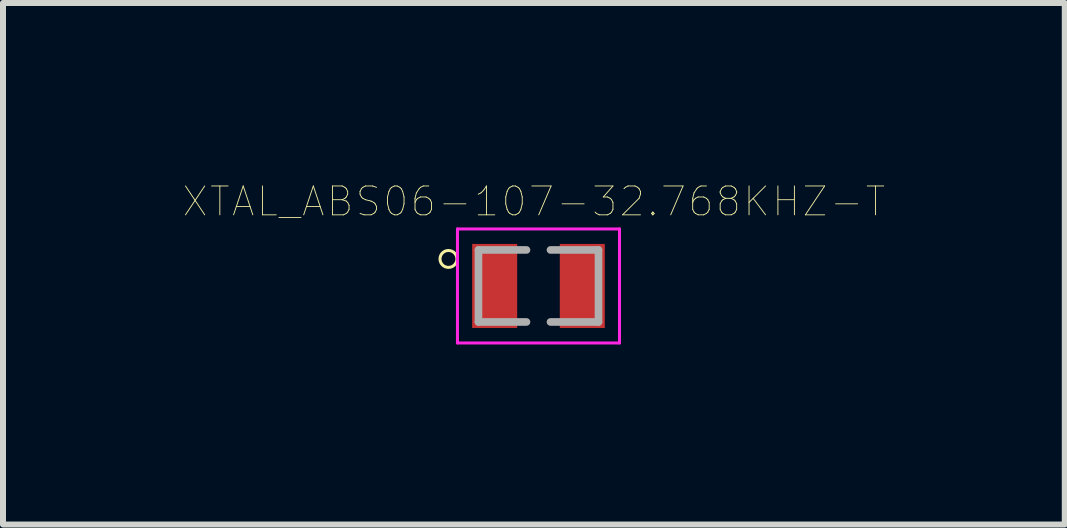
<source format=kicad_pcb>
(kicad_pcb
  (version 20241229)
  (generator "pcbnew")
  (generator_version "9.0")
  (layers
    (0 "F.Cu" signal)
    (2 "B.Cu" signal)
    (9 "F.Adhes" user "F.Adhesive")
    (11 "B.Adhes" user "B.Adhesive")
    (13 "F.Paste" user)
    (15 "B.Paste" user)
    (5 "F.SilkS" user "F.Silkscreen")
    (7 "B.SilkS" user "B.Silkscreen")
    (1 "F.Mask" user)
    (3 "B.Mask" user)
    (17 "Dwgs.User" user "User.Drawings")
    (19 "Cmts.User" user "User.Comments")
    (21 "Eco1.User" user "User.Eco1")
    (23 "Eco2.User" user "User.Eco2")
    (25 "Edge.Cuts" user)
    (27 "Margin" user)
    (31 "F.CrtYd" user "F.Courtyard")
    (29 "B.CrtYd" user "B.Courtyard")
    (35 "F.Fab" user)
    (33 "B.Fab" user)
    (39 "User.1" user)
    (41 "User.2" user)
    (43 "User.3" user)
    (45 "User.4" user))
  (footprint "XTAL_ABS06-107-32.768KHZ-T"
    (layer "F.Cu")
    (at 5.923 1.715)
    (property "Reference" "XTAL_ABS06-107-32.768KHZ-T" (at -0.076 -1.407 0) (layer "F.SilkS") (effects (font (size 0.481 0.481) (thickness 0.015))))
    (attr through_hole)
    (fp_circle (center -1.5 -0.45) (end -1.359 -0.45) (stroke (width 0.05) (type solid)) (fill no) (layer "F.SilkS"))
    (fp_line (start -1.35 -0.95) (end 1.35 -0.95) (stroke (width 0.05) (type solid)) (layer "F.CrtYd"))
    (fp_line (start -1.35 0.95) (end -1.35 -0.95) (stroke (width 0.05) (type solid)) (layer "F.CrtYd"))
    (fp_line (start 1.35 -0.95) (end 1.35 0.95) (stroke (width 0.05) (type solid)) (layer "F.CrtYd"))
    (fp_line (start 1.35 0.95) (end -1.35 0.95) (stroke (width 0.05) (type solid)) (layer "F.CrtYd"))
    (fp_line (start -1 -0.6) (end -0.2 -0.6) (stroke (width 0.127) (type solid)) (layer "F.Fab"))
    (fp_line (start -1 0.6) (end -1 -0.6) (stroke (width 0.127) (type solid)) (layer "F.Fab"))
    (fp_line (start -0.2 0.6) (end -1 0.6) (stroke (width 0.127) (type solid)) (layer "F.Fab"))
    (fp_line (start 0.2 -0.6) (end 1 -0.6) (stroke (width 0.127) (type solid)) (layer "F.Fab"))
    (fp_line (start 1 -0.6) (end 1 0.6) (stroke (width 0.127) (type solid)) (layer "F.Fab"))
    (fp_line (start 1 0.6) (end 0.2 0.6) (stroke (width 0.127) (type solid)) (layer "F.Fab"))
    (pad "1" smd rect (at -0.73 0) (size 0.75 1.4) (layers "F.Cu" "F.Mask" "F.Paste"))
    (pad "2" smd rect (at 0.73 0) (size 0.75 1.4) (layers "F.Cu" "F.Mask" "F.Paste")))
  (gr_rect
    (start -3 -3)
    (end 14.693 5.69)
    (stroke (width 0.1) (type default))
    (fill no)
    (layer "Edge.Cuts")))
</source>
